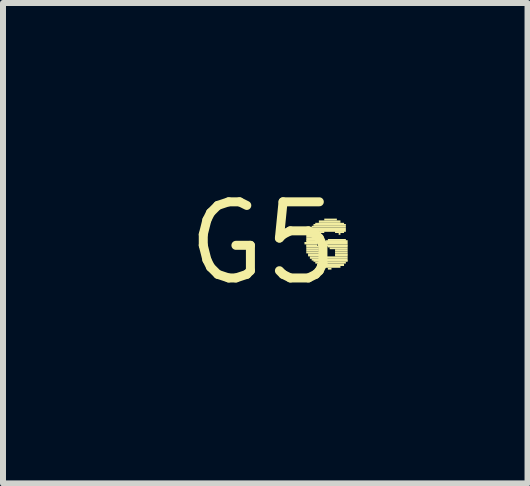
<source format=kicad_pcb>
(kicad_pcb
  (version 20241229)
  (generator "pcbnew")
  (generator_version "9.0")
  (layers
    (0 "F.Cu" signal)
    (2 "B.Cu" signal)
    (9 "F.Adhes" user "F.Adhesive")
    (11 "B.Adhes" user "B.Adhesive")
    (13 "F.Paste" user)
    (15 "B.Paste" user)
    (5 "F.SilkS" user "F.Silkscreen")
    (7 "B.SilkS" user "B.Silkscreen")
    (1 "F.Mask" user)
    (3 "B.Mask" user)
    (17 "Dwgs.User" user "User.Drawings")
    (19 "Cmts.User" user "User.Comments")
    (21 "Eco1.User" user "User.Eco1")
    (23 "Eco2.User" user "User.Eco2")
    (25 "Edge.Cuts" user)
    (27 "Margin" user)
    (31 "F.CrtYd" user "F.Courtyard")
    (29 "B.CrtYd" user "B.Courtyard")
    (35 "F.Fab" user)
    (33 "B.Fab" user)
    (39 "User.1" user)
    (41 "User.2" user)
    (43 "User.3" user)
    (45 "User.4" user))
  (footprint "G5"
    (layer "F.Cu")
    (at 1.338 1.006)
    (property "Reference" "G5" (at 0 0 0) (layer "F.SilkS") (effects (font (size 1.27 1.27) (thickness 0.15))))
    (fp_poly (pts (xy 0.69 0.02) (xy 0.9 0.02) (xy 0.9 -0.02) (xy 0.69 -0.02)) (stroke (width 0) (type solid)) (fill yes) (layer "F.SilkS"))
    (fp_poly (pts (xy 0.72 -0.14) (xy 0.96 -0.14) (xy 0.96 -0.17) (xy 0.72 -0.17)) (stroke (width 0) (type solid)) (fill yes) (layer "F.SilkS"))
    (fp_poly (pts (xy 0.72 -0.1) (xy 0.96 -0.1) (xy 0.96 -0.14) (xy 0.72 -0.14)) (stroke (width 0) (type solid)) (fill yes) (layer "F.SilkS"))
    (fp_poly (pts (xy 0.72 -0.07) (xy 0.93 -0.07) (xy 0.93 -0.1) (xy 0.72 -0.1)) (stroke (width 0) (type solid)) (fill yes) (layer "F.SilkS"))
    (fp_poly (pts (xy 0.72 -0.04) (xy 0.93 -0.04) (xy 0.93 -0.07) (xy 0.72 -0.07)) (stroke (width 0) (type solid)) (fill yes) (layer "F.SilkS"))
    (fp_poly (pts (xy 0.72 -0.02) (xy 0.9 -0.02) (xy 0.9 -0.05) (xy 0.72 -0.05)) (stroke (width 0) (type solid)) (fill yes) (layer "F.SilkS"))
    (fp_poly (pts (xy 0.72 0.05) (xy 0.9 0.05) (xy 0.9 0.02) (xy 0.72 0.02)) (stroke (width 0) (type solid)) (fill yes) (layer "F.SilkS"))
    (fp_poly (pts (xy 0.72 0.07) (xy 0.93 0.07) (xy 0.93 0.04) (xy 0.72 0.04)) (stroke (width 0) (type solid)) (fill yes) (layer "F.SilkS"))
    (fp_poly (pts (xy 0.72 0.1) (xy 0.93 0.1) (xy 0.93 0.07) (xy 0.72 0.07)) (stroke (width 0) (type solid)) (fill yes) (layer "F.SilkS"))
    (fp_poly (pts (xy 0.72 0.14) (xy 0.93 0.14) (xy 0.93 0.1) (xy 0.72 0.1)) (stroke (width 0) (type solid)) (fill yes) (layer "F.SilkS"))
    (fp_poly (pts (xy 0.72 0.17) (xy 0.96 0.17) (xy 0.96 0.14) (xy 0.72 0.14)) (stroke (width 0) (type solid)) (fill yes) (layer "F.SilkS"))
    (fp_poly (pts (xy 0.75 -0.19) (xy 1.38 -0.19) (xy 1.38 -0.22) (xy 0.75 -0.22)) (stroke (width 0) (type solid)) (fill yes) (layer "F.SilkS"))
    (fp_poly (pts (xy 0.75 -0.17) (xy 1.02 -0.17) (xy 1.02 -0.2) (xy 0.75 -0.2)) (stroke (width 0) (type solid)) (fill yes) (layer "F.SilkS"))
    (fp_poly (pts (xy 0.75 0.2) (xy 0.99 0.2) (xy 0.99 0.17) (xy 0.75 0.17)) (stroke (width 0) (type solid)) (fill yes) (layer "F.SilkS"))
    (fp_poly (pts (xy 0.75 0.22) (xy 1.05 0.22) (xy 1.05 0.19) (xy 0.75 0.19)) (stroke (width 0) (type solid)) (fill yes) (layer "F.SilkS"))
    (fp_poly (pts (xy 0.78 -0.22) (xy 1.38 -0.22) (xy 1.38 -0.26) (xy 0.78 -0.26)) (stroke (width 0) (type solid)) (fill yes) (layer "F.SilkS"))
    (fp_poly (pts (xy 0.78 0.26) (xy 1.41 0.26) (xy 1.41 0.22) (xy 0.78 0.22)) (stroke (width 0) (type solid)) (fill yes) (layer "F.SilkS"))
    (fp_poly (pts (xy 0.81 -0.26) (xy 1.38 -0.26) (xy 1.38 -0.29) (xy 0.81 -0.29)) (stroke (width 0) (type solid)) (fill yes) (layer "F.SilkS"))
    (fp_poly (pts (xy 0.81 0.29) (xy 1.41 0.29) (xy 1.41 0.26) (xy 0.81 0.26)) (stroke (width 0) (type solid)) (fill yes) (layer "F.SilkS"))
    (fp_poly (pts (xy 0.84 -0.29) (xy 1.38 -0.29) (xy 1.38 -0.32) (xy 0.84 -0.32)) (stroke (width 0) (type solid)) (fill yes) (layer "F.SilkS"))
    (fp_poly (pts (xy 0.84 0.31) (xy 1.41 0.31) (xy 1.41 0.28) (xy 0.84 0.28)) (stroke (width 0) (type solid)) (fill yes) (layer "F.SilkS"))
    (fp_poly (pts (xy 0.87 -0.31) (xy 1.35 -0.31) (xy 1.35 -0.34) (xy 0.87 -0.34)) (stroke (width 0) (type solid)) (fill yes) (layer "F.SilkS"))
    (fp_poly (pts (xy 0.87 0.34) (xy 1.38 0.34) (xy 1.38 0.31) (xy 0.87 0.31)) (stroke (width 0) (type solid)) (fill yes) (layer "F.SilkS"))
    (fp_poly (pts (xy 0.9 0.38) (xy 1.35 0.38) (xy 1.35 0.34) (xy 0.9 0.34)) (stroke (width 0) (type solid)) (fill yes) (layer "F.SilkS"))
    (fp_poly (pts (xy 0.93 -0.34) (xy 1.29 -0.34) (xy 1.29 -0.38) (xy 0.93 -0.38)) (stroke (width 0) (type solid)) (fill yes) (layer "F.SilkS"))
    (fp_poly (pts (xy 0.96 0.41) (xy 1.29 0.41) (xy 1.29 0.38) (xy 0.96 0.38)) (stroke (width 0) (type solid)) (fill yes) (layer "F.SilkS"))
    (fp_poly (pts (xy 1.02 -0.38) (xy 1.23 -0.38) (xy 1.23 -0.41) (xy 1.02 -0.41)) (stroke (width 0) (type solid)) (fill yes) (layer "F.SilkS"))
    (fp_poly (pts (xy 1.05 -0.02) (xy 1.41 -0.02) (xy 1.41 -0.05) (xy 1.05 -0.05)) (stroke (width 0) (type solid)) (fill yes) (layer "F.SilkS"))
    (fp_poly (pts (xy 1.05 0.02) (xy 1.41 0.02) (xy 1.41 -0.02) (xy 1.05 -0.02)) (stroke (width 0) (type solid)) (fill yes) (layer "F.SilkS"))
    (fp_poly (pts (xy 1.05 0.05) (xy 1.41 0.05) (xy 1.41 0.02) (xy 1.05 0.02)) (stroke (width 0) (type solid)) (fill yes) (layer "F.SilkS"))
    (fp_poly (pts (xy 1.08 -0.04) (xy 1.38 -0.04) (xy 1.38 -0.07) (xy 1.08 -0.07)) (stroke (width 0) (type solid)) (fill yes) (layer "F.SilkS"))
    (fp_poly (pts (xy 1.08 0.07) (xy 1.41 0.07) (xy 1.41 0.04) (xy 1.08 0.04)) (stroke (width 0) (type solid)) (fill yes) (layer "F.SilkS"))
    (fp_poly (pts (xy 1.08 0.44) (xy 1.14 0.44) (xy 1.14 0.41) (xy 1.08 0.41)) (stroke (width 0) (type solid)) (fill yes) (layer "F.SilkS"))
    (fp_poly (pts (xy 1.11 0.1) (xy 1.41 0.1) (xy 1.41 0.07) (xy 1.11 0.07)) (stroke (width 0) (type solid)) (fill yes) (layer "F.SilkS"))
    (fp_poly (pts (xy 1.2 -0.17) (xy 1.35 -0.17) (xy 1.35 -0.2) (xy 1.2 -0.2)) (stroke (width 0) (type solid)) (fill yes) (layer "F.SilkS"))
    (fp_poly (pts (xy 1.2 0.14) (xy 1.41 0.14) (xy 1.41 0.1) (xy 1.2 0.1)) (stroke (width 0) (type solid)) (fill yes) (layer "F.SilkS"))
    (fp_poly (pts (xy 1.2 0.17) (xy 1.41 0.17) (xy 1.41 0.14) (xy 1.2 0.14)) (stroke (width 0) (type solid)) (fill yes) (layer "F.SilkS"))
    (fp_poly (pts (xy 1.2 0.2) (xy 1.41 0.2) (xy 1.41 0.17) (xy 1.2 0.17)) (stroke (width 0) (type solid)) (fill yes) (layer "F.SilkS"))
    (fp_poly (pts (xy 1.2 0.22) (xy 1.41 0.22) (xy 1.41 0.19) (xy 1.2 0.19)) (stroke (width 0) (type solid)) (fill yes) (layer "F.SilkS"))
    (fp_poly (pts (xy 1.26 -0.14) (xy 1.29 -0.14) (xy 1.29 -0.17) (xy 1.26 -0.17)) (stroke (width 0) (type solid)) (fill yes) (layer "F.SilkS")))
  (gr_rect
    (start -3 -3)
    (end 5.748 5.012)
    (stroke (width 0.1) (type default))
    (fill no)
    (layer "Edge.Cuts")))
</source>
